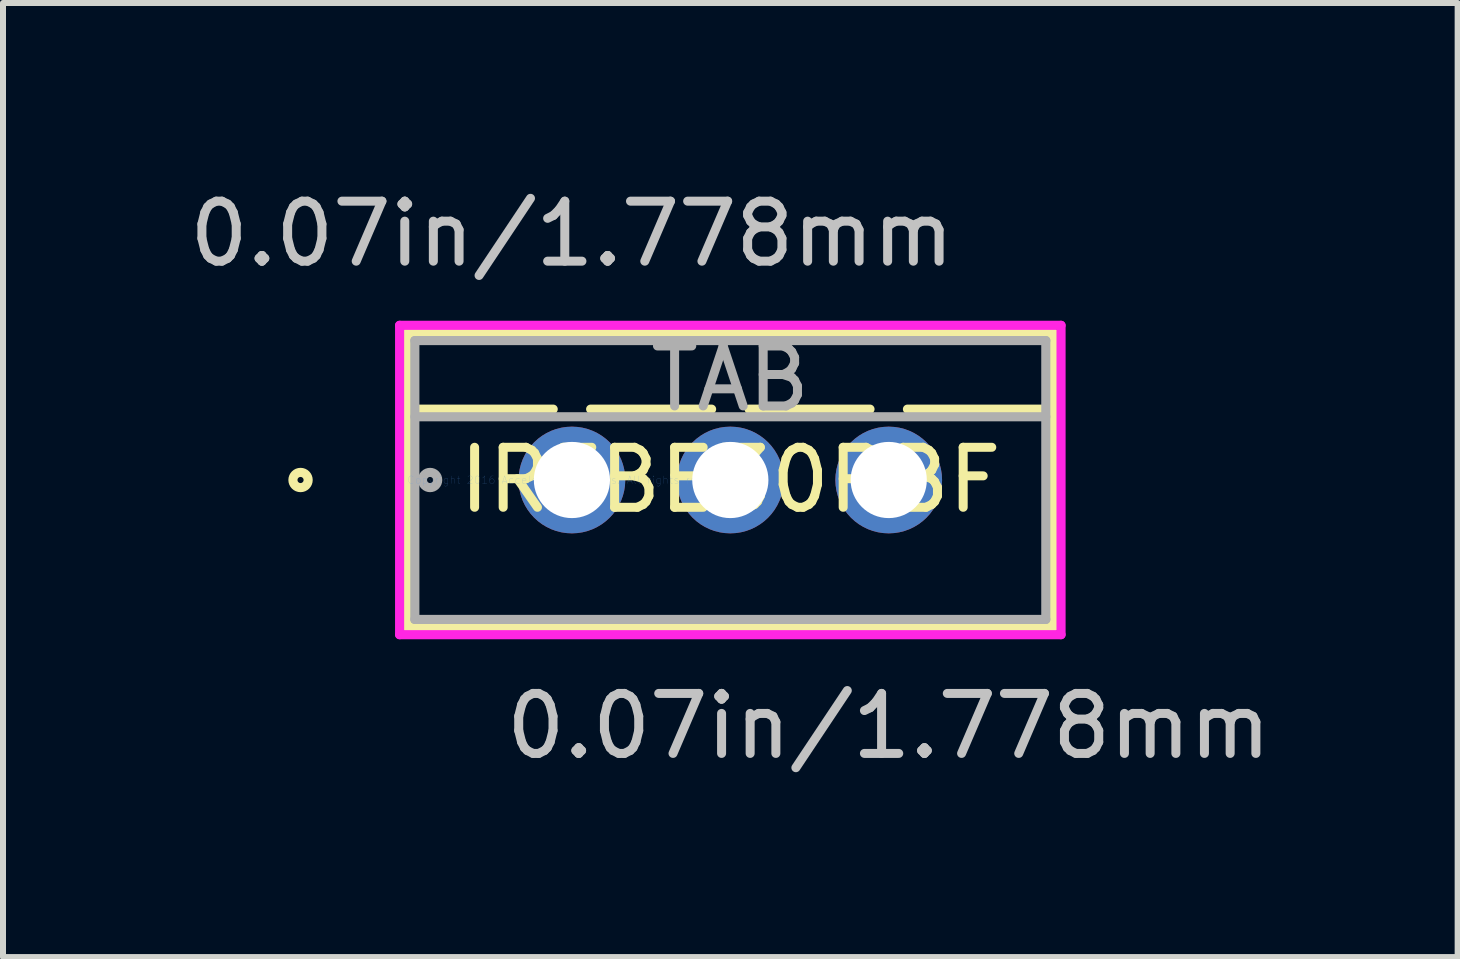
<source format=kicad_pcb>
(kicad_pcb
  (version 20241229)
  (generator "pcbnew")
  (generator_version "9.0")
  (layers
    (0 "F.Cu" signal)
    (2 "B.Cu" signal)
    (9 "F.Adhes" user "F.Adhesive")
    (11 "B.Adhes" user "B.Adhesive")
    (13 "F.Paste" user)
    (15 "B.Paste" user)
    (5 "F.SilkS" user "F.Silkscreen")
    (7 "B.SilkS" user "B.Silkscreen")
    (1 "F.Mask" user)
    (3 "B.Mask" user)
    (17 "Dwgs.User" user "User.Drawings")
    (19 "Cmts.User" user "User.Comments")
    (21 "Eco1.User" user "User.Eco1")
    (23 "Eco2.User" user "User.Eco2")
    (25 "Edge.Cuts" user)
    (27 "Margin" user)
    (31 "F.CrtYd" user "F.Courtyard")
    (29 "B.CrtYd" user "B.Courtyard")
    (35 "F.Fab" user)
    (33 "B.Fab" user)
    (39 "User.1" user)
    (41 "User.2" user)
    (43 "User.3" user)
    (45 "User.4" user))
  (footprint "IRFBE30PBF"
    (layer "F.Cu")
    (at 6.482 4.95)
    (property "Reference" "IRFBE30PBF" (at 2.64 0 0) (layer "F.SilkS") (effects (font (size 1 1) (thickness 0.15))))
    (attr through_hole)
    (fp_line (start -2.745 -2.451) (end -2.745 2.451) (stroke (width 0.152) (type solid)) (layer "F.SilkS"))
    (fp_line (start -2.745 2.451) (end 8.025 2.451) (stroke (width 0.152) (type solid)) (layer "F.SilkS"))
    (fp_line (start -2.618 -1.181) (end -0.312 -1.181) (stroke (width 0.152) (type solid)) (layer "F.SilkS"))
    (fp_line (start 0.312 -1.181) (end 2.328 -1.181) (stroke (width 0.152) (type solid)) (layer "F.SilkS"))
    (fp_line (start 2.952 -1.181) (end 4.968 -1.181) (stroke (width 0.152) (type solid)) (layer "F.SilkS"))
    (fp_line (start 5.592 -1.181) (end 7.898 -1.181) (stroke (width 0.152) (type solid)) (layer "F.SilkS"))
    (fp_line (start 8.025 -2.451) (end -2.745 -2.451) (stroke (width 0.152) (type solid)) (layer "F.SilkS"))
    (fp_line (start 8.025 2.451) (end 8.025 -2.451) (stroke (width 0.152) (type solid)) (layer "F.SilkS"))
    (fp_circle (center -4.523 0) (end -4.396 0) (stroke (width 0.152) (type solid)) (fill no) (layer "F.SilkS"))
    (fp_line (start -2.872 -2.578) (end -2.872 2.578) (stroke (width 0.152) (type solid)) (layer "F.CrtYd"))
    (fp_line (start -2.872 2.578) (end 8.152 2.578) (stroke (width 0.152) (type solid)) (layer "F.CrtYd"))
    (fp_line (start 8.152 -2.578) (end -2.872 -2.578) (stroke (width 0.152) (type solid)) (layer "F.CrtYd"))
    (fp_line (start 8.152 2.578) (end 8.152 -2.578) (stroke (width 0.152) (type solid)) (layer "F.CrtYd"))
    (fp_line (start -2.618 -2.324) (end -2.618 2.324) (stroke (width 0.152) (type solid)) (layer "F.Fab"))
    (fp_line (start -2.618 -1.054) (end 7.898 -1.054) (stroke (width 0.152) (type solid)) (layer "F.Fab"))
    (fp_line (start -2.618 2.324) (end 7.898 2.324) (stroke (width 0.152) (type solid)) (layer "F.Fab"))
    (fp_line (start 7.898 -2.324) (end -2.618 -2.324) (stroke (width 0.152) (type solid)) (layer "F.Fab"))
    (fp_line (start 7.898 2.324) (end 7.898 -2.324) (stroke (width 0.152) (type solid)) (layer "F.Fab"))
    (fp_circle (center -2.364 0) (end -2.237 0) (stroke (width 0.152) (type solid)) (fill no) (layer "F.Fab"))
    (fp_text user "*" (at 0 0 0) (layer "F.SilkS") (effects (font (size 1 1) (thickness 0.15))))
    (fp_text user "0.07in/1.778mm" (at 5.28 4.102 0) (layer "Dwgs.User") (effects (font (size 1 1) (thickness 0.15))))
    (fp_text user "0.07in/1.778mm" (at 0 -4.102 0) (layer "Dwgs.User") (effects (font (size 1 1) (thickness 0.15))))
    (fp_text user "Copyright 2016 Accelerated Designs. All rights reserved." (at 0 0 0) (layer "Cmts.User") (effects (font (size 0.127 0.127) (thickness 0.002))))
    (fp_text user "*" (at 0 0 0) (layer "F.Fab") (effects (font (size 1 1) (thickness 0.15))))
    (fp_text user "TAB" (at 2.64 -1.689 0) (layer "F.Fab") (effects (font (size 1 1) (thickness 0.15))))
    (pad "1" thru_hole circle (at 0 0) (size 1.778 1.778) (drill 1.27) (layers "*.Cu" "*.Mask"))
    (pad "2" thru_hole circle (at 2.64 0) (size 1.778 1.778) (drill 1.27) (layers "*.Cu" "*.Mask"))
    (pad "3" thru_hole circle (at 5.28 0) (size 1.778 1.778) (drill 1.27) (layers "*.Cu" "*.Mask")))
  (gr_rect
    (start -3 -3)
    (end 21.244 12.901)
    (stroke (width 0.1) (type default))
    (fill no)
    (layer "Edge.Cuts")))
</source>
